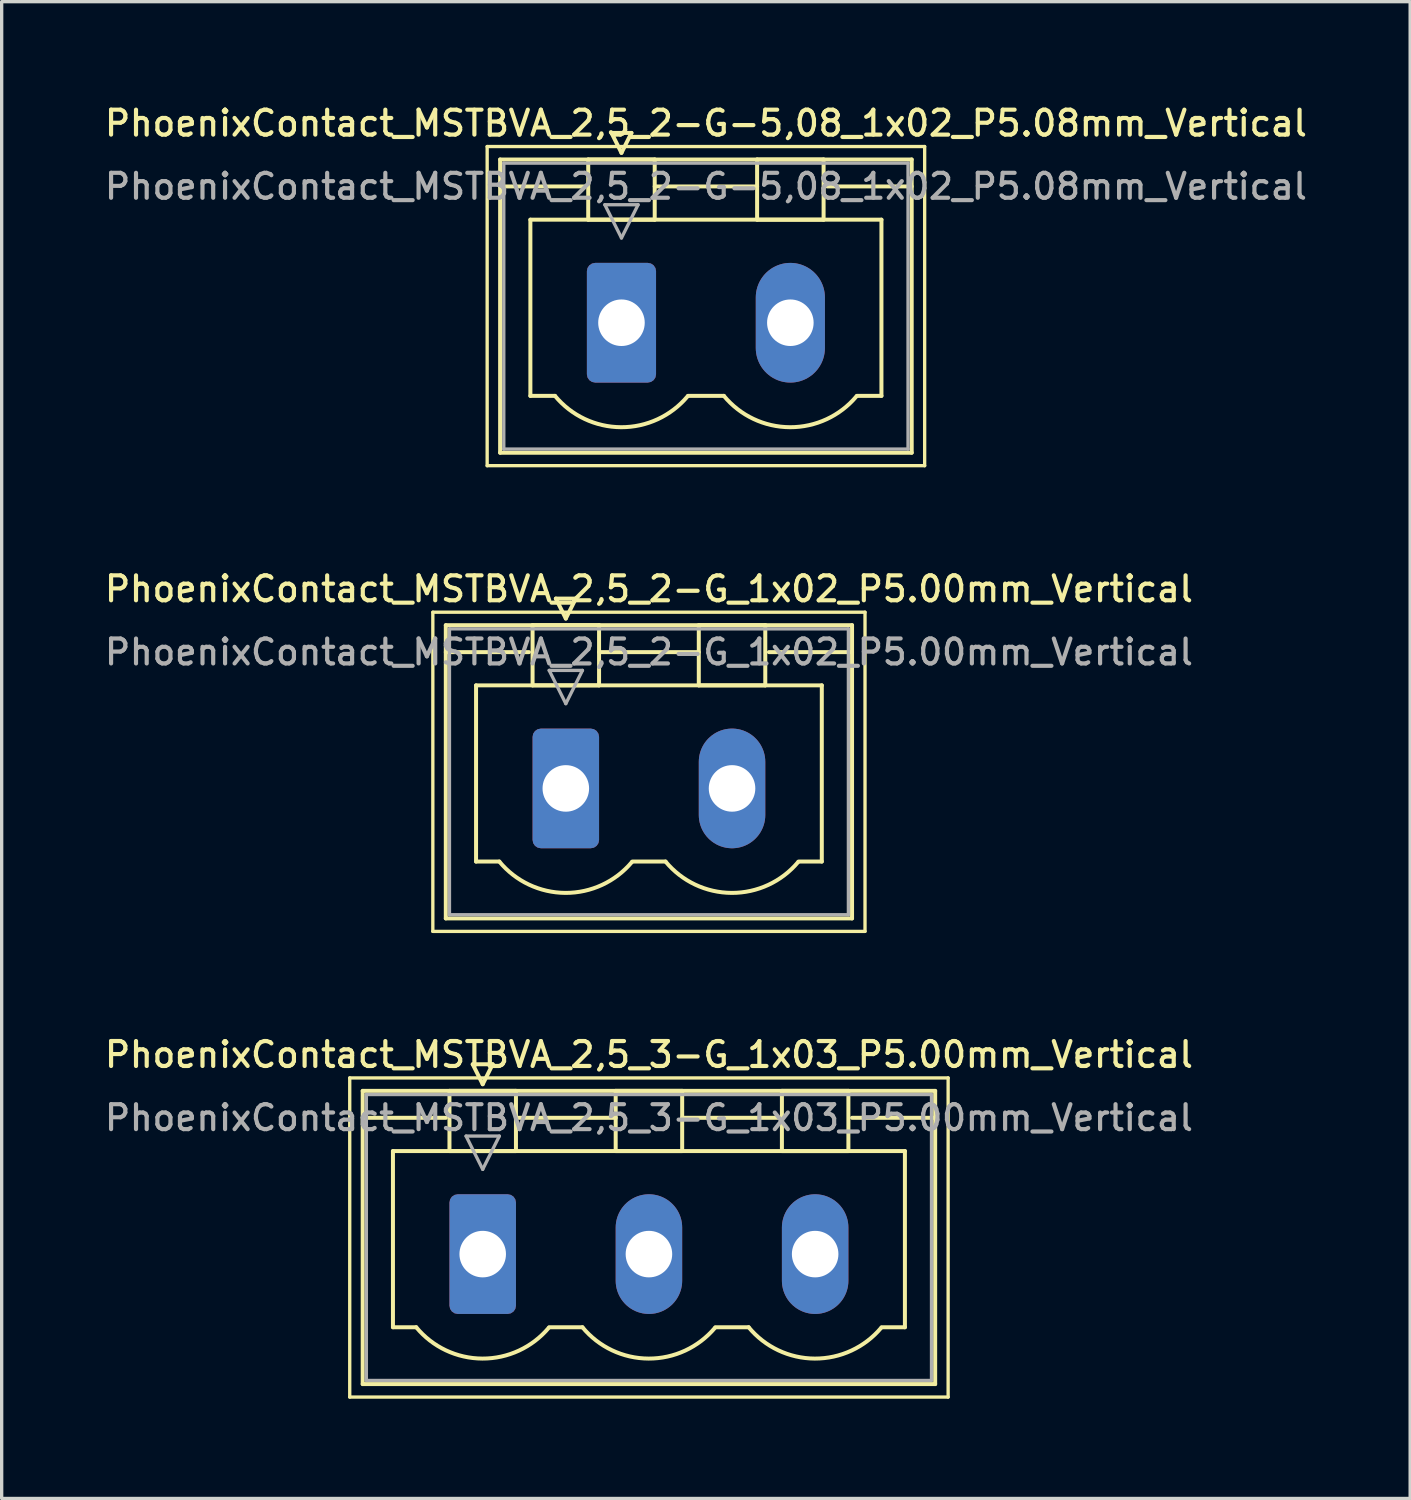
<source format=kicad_pcb>
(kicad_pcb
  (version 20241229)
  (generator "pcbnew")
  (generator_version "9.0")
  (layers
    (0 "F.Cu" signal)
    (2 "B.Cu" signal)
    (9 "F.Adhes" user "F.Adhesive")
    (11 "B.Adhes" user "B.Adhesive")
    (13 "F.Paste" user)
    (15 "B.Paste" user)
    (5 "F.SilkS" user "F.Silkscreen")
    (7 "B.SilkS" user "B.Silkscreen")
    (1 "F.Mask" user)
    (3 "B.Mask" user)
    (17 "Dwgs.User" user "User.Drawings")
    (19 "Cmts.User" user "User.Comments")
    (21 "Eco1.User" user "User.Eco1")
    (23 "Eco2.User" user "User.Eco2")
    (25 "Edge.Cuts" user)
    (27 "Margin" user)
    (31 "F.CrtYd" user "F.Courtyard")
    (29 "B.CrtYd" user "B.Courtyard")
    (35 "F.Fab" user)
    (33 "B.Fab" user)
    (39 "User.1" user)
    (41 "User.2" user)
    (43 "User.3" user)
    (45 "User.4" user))
  (footprint "PhoenixContact_MSTBVA_2,5_3-G_1x03_P5.00mm_Vertical"
    (layer "F.Cu")
    (at 11.47 34.674)
    (property "Reference" "PhoenixContact_MSTBVA_2,5_3-G_1x03_P5.00mm_Vertical" (at 5 -6 0) (layer "F.SilkS") (effects (font (size 0.75 0.75) (thickness 0.125))))
    (attr through_hole)
    (fp_line (start -4 -5.3) (end -4 4.3) (stroke (width 0.1) (type solid)) (layer "F.SilkS"))
    (fp_line (start -4 4.3) (end 14 4.3) (stroke (width 0.1) (type solid)) (layer "F.SilkS"))
    (fp_line (start -3.61 -4.91) (end -3.61 3.91) (stroke (width 0.12) (type solid)) (layer "F.SilkS"))
    (fp_line (start -3.61 -4.1) (end -1.11 -4.1) (stroke (width 0.12) (type solid)) (layer "F.SilkS"))
    (fp_line (start -3.61 3.91) (end 13.61 3.91) (stroke (width 0.12) (type solid)) (layer "F.SilkS"))
    (fp_line (start -2.7 -3.1) (end 12.7 -3.1) (stroke (width 0.12) (type solid)) (layer "F.SilkS"))
    (fp_line (start -2.7 2.2) (end -2.7 -3.1) (stroke (width 0.12) (type solid)) (layer "F.SilkS"))
    (fp_line (start -2 2.2) (end -2.7 2.2) (stroke (width 0.12) (type solid)) (layer "F.SilkS"))
    (fp_line (start -1 -4.91) (end 1 -4.91) (stroke (width 0.12) (type solid)) (layer "F.SilkS"))
    (fp_line (start -1 -3.1) (end -1 -4.91) (stroke (width 0.12) (type solid)) (layer "F.SilkS"))
    (fp_line (start -0.3 -5.71) (end 0.3 -5.71) (stroke (width 0.12) (type solid)) (layer "F.SilkS"))
    (fp_line (start 0 -5.11) (end -0.3 -5.71) (stroke (width 0.12) (type solid)) (layer "F.SilkS"))
    (fp_line (start 0.3 -5.71) (end 0 -5.11) (stroke (width 0.12) (type solid)) (layer "F.SilkS"))
    (fp_line (start 1 -4.91) (end 1 -3.1) (stroke (width 0.12) (type solid)) (layer "F.SilkS"))
    (fp_line (start 1 -4.1) (end 4 -4.1) (stroke (width 0.12) (type solid)) (layer "F.SilkS"))
    (fp_line (start 1 -3.1) (end -1 -3.1) (stroke (width 0.12) (type solid)) (layer "F.SilkS"))
    (fp_line (start 2 2.2) (end 3 2.2) (stroke (width 0.12) (type solid)) (layer "F.SilkS"))
    (fp_line (start 4 -4.91) (end 6 -4.91) (stroke (width 0.12) (type solid)) (layer "F.SilkS"))
    (fp_line (start 4 -3.1) (end 4 -4.91) (stroke (width 0.12) (type solid)) (layer "F.SilkS"))
    (fp_line (start 6 -4.91) (end 6 -3.1) (stroke (width 0.12) (type solid)) (layer "F.SilkS"))
    (fp_line (start 6 -4.1) (end 9 -4.1) (stroke (width 0.12) (type solid)) (layer "F.SilkS"))
    (fp_line (start 6 -3.1) (end 4 -3.1) (stroke (width 0.12) (type solid)) (layer "F.SilkS"))
    (fp_line (start 7 2.2) (end 8 2.2) (stroke (width 0.12) (type solid)) (layer "F.SilkS"))
    (fp_line (start 9 -4.91) (end 11 -4.91) (stroke (width 0.12) (type solid)) (layer "F.SilkS"))
    (fp_line (start 9 -3.1) (end 9 -4.91) (stroke (width 0.12) (type solid)) (layer "F.SilkS"))
    (fp_line (start 11 -4.91) (end 11 -3.1) (stroke (width 0.12) (type solid)) (layer "F.SilkS"))
    (fp_line (start 11 -3.1) (end 9 -3.1) (stroke (width 0.12) (type solid)) (layer "F.SilkS"))
    (fp_line (start 12.7 -3.1) (end 12.7 2.2) (stroke (width 0.12) (type solid)) (layer "F.SilkS"))
    (fp_line (start 12.7 2.2) (end 12 2.2) (stroke (width 0.12) (type solid)) (layer "F.SilkS"))
    (fp_line (start 13.61 -4.91) (end -3.61 -4.91) (stroke (width 0.12) (type solid)) (layer "F.SilkS"))
    (fp_line (start 13.61 -4.1) (end 11.11 -4.1) (stroke (width 0.12) (type solid)) (layer "F.SilkS"))
    (fp_line (start 13.61 3.91) (end 13.61 -4.91) (stroke (width 0.12) (type solid)) (layer "F.SilkS"))
    (fp_line (start 14 -5.3) (end -4 -5.3) (stroke (width 0.1) (type solid)) (layer "F.SilkS"))
    (fp_line (start 14 4.3) (end 14 -5.3) (stroke (width 0.1) (type solid)) (layer "F.SilkS"))
    (fp_arc (start 1.986842 2.215821) (mid -0.010289 3.142758) (end -2 2.2) (stroke (width 0.12) (type solid)) (layer "F.SilkS"))
    (fp_arc (start 6.986842 2.215821) (mid 4.989711 3.142758) (end 3 2.2) (stroke (width 0.12) (type solid)) (layer "F.SilkS"))
    (fp_arc (start 11.986842 2.215821) (mid 9.989711 3.142758) (end 8 2.2) (stroke (width 0.12) (type solid)) (layer "F.SilkS"))
    (fp_line (start -3.5 -4.8) (end -3.5 3.8) (stroke (width 0.1) (type solid)) (layer "F.Fab"))
    (fp_line (start -3.5 3.8) (end 13.5 3.8) (stroke (width 0.1) (type solid)) (layer "F.Fab"))
    (fp_line (start -0.5 -3.55) (end 0.5 -3.55) (stroke (width 0.1) (type solid)) (layer "F.Fab"))
    (fp_line (start 0 -2.55) (end -0.5 -3.55) (stroke (width 0.1) (type solid)) (layer "F.Fab"))
    (fp_line (start 0.5 -3.55) (end 0 -2.55) (stroke (width 0.1) (type solid)) (layer "F.Fab"))
    (fp_line (start 13.5 -4.8) (end -3.5 -4.8) (stroke (width 0.1) (type solid)) (layer "F.Fab"))
    (fp_line (start 13.5 3.8) (end 13.5 -4.8) (stroke (width 0.1) (type solid)) (layer "F.Fab"))
    (fp_text user "${REFERENCE}" (at 5 -4.1 0) (layer "F.Fab") (effects (font (size 0.75 0.75) (thickness 0.125))))
    (pad "1" thru_hole roundrect (at 0 0) (size 2 3.6) (drill 1.4) (layers "*.Cu" "*.Mask") (roundrect_rratio 0.125))
    (pad "2" thru_hole oval (at 5 0) (size 2 3.6) (drill 1.4) (layers "*.Cu" "*.Mask"))
    (pad "3" thru_hole oval (at 10 0) (size 2 3.6) (drill 1.4) (layers "*.Cu" "*.Mask")))
  (footprint "PhoenixContact_MSTBVA_2,5_2-G_1x02_P5.00mm_Vertical"
    (layer "F.Cu")
    (at 13.97 20.666)
    (property "Reference" "PhoenixContact_MSTBVA_2,5_2-G_1x02_P5.00mm_Vertical" (at 2.5 -6 0) (layer "F.SilkS") (effects (font (size 0.75 0.75) (thickness 0.125))))
    (attr through_hole)
    (fp_line (start -4 -5.3) (end -4 4.3) (stroke (width 0.1) (type solid)) (layer "F.SilkS"))
    (fp_line (start -4 4.3) (end 9 4.3) (stroke (width 0.1) (type solid)) (layer "F.SilkS"))
    (fp_line (start -3.61 -4.91) (end -3.61 3.91) (stroke (width 0.12) (type solid)) (layer "F.SilkS"))
    (fp_line (start -3.61 -4.1) (end -1.11 -4.1) (stroke (width 0.12) (type solid)) (layer "F.SilkS"))
    (fp_line (start -3.61 3.91) (end 8.61 3.91) (stroke (width 0.12) (type solid)) (layer "F.SilkS"))
    (fp_line (start -2.7 -3.1) (end 7.7 -3.1) (stroke (width 0.12) (type solid)) (layer "F.SilkS"))
    (fp_line (start -2.7 2.2) (end -2.7 -3.1) (stroke (width 0.12) (type solid)) (layer "F.SilkS"))
    (fp_line (start -2 2.2) (end -2.7 2.2) (stroke (width 0.12) (type solid)) (layer "F.SilkS"))
    (fp_line (start -1 -4.91) (end 1 -4.91) (stroke (width 0.12) (type solid)) (layer "F.SilkS"))
    (fp_line (start -1 -3.1) (end -1 -4.91) (stroke (width 0.12) (type solid)) (layer "F.SilkS"))
    (fp_line (start -0.3 -5.71) (end 0.3 -5.71) (stroke (width 0.12) (type solid)) (layer "F.SilkS"))
    (fp_line (start 0 -5.11) (end -0.3 -5.71) (stroke (width 0.12) (type solid)) (layer "F.SilkS"))
    (fp_line (start 0.3 -5.71) (end 0 -5.11) (stroke (width 0.12) (type solid)) (layer "F.SilkS"))
    (fp_line (start 1 -4.91) (end 1 -3.1) (stroke (width 0.12) (type solid)) (layer "F.SilkS"))
    (fp_line (start 1 -4.1) (end 4 -4.1) (stroke (width 0.12) (type solid)) (layer "F.SilkS"))
    (fp_line (start 1 -3.1) (end -1 -3.1) (stroke (width 0.12) (type solid)) (layer "F.SilkS"))
    (fp_line (start 2 2.2) (end 3 2.2) (stroke (width 0.12) (type solid)) (layer "F.SilkS"))
    (fp_line (start 4 -4.91) (end 6 -4.91) (stroke (width 0.12) (type solid)) (layer "F.SilkS"))
    (fp_line (start 4 -3.1) (end 4 -4.91) (stroke (width 0.12) (type solid)) (layer "F.SilkS"))
    (fp_line (start 6 -4.91) (end 6 -3.1) (stroke (width 0.12) (type solid)) (layer "F.SilkS"))
    (fp_line (start 6 -3.1) (end 4 -3.1) (stroke (width 0.12) (type solid)) (layer "F.SilkS"))
    (fp_line (start 7.7 -3.1) (end 7.7 2.2) (stroke (width 0.12) (type solid)) (layer "F.SilkS"))
    (fp_line (start 7.7 2.2) (end 7 2.2) (stroke (width 0.12) (type solid)) (layer "F.SilkS"))
    (fp_line (start 8.61 -4.91) (end -3.61 -4.91) (stroke (width 0.12) (type solid)) (layer "F.SilkS"))
    (fp_line (start 8.61 -4.1) (end 6.11 -4.1) (stroke (width 0.12) (type solid)) (layer "F.SilkS"))
    (fp_line (start 8.61 3.91) (end 8.61 -4.91) (stroke (width 0.12) (type solid)) (layer "F.SilkS"))
    (fp_line (start 9 -5.3) (end -4 -5.3) (stroke (width 0.1) (type solid)) (layer "F.SilkS"))
    (fp_line (start 9 4.3) (end 9 -5.3) (stroke (width 0.1) (type solid)) (layer "F.SilkS"))
    (fp_arc (start 1.986842 2.215821) (mid -0.010289 3.142758) (end -2 2.2) (stroke (width 0.12) (type solid)) (layer "F.SilkS"))
    (fp_arc (start 6.986842 2.215821) (mid 4.989711 3.142758) (end 3 2.2) (stroke (width 0.12) (type solid)) (layer "F.SilkS"))
    (fp_line (start -3.5 -4.8) (end -3.5 3.8) (stroke (width 0.1) (type solid)) (layer "F.Fab"))
    (fp_line (start -3.5 3.8) (end 8.5 3.8) (stroke (width 0.1) (type solid)) (layer "F.Fab"))
    (fp_line (start -0.5 -3.55) (end 0.5 -3.55) (stroke (width 0.1) (type solid)) (layer "F.Fab"))
    (fp_line (start 0 -2.55) (end -0.5 -3.55) (stroke (width 0.1) (type solid)) (layer "F.Fab"))
    (fp_line (start 0.5 -3.55) (end 0 -2.55) (stroke (width 0.1) (type solid)) (layer "F.Fab"))
    (fp_line (start 8.5 -4.8) (end -3.5 -4.8) (stroke (width 0.1) (type solid)) (layer "F.Fab"))
    (fp_line (start 8.5 3.8) (end 8.5 -4.8) (stroke (width 0.1) (type solid)) (layer "F.Fab"))
    (fp_text user "${REFERENCE}" (at 2.5 -4.1 0) (layer "F.Fab") (effects (font (size 0.75 0.75) (thickness 0.125))))
    (pad "1" thru_hole roundrect (at 0 0) (size 2 3.6) (drill 1.4) (layers "*.Cu" "*.Mask") (roundrect_rratio 0.125))
    (pad "2" thru_hole oval (at 5 0) (size 2 3.6) (drill 1.4) (layers "*.Cu" "*.Mask")))
  (footprint "PhoenixContact_MSTBVA_2,5_2-G-5,08_1x02_P5.08mm_Vertical"
    (layer "F.Cu")
    (at 15.644 6.658)
    (property "Reference" "PhoenixContact_MSTBVA_2,5_2-G-5,08_1x02_P5.08mm_Vertical" (at 2.54 -6 0) (layer "F.SilkS") (effects (font (size 0.75 0.75) (thickness 0.125))))
    (attr through_hole)
    (fp_line (start -4.04 -5.3) (end -4.04 4.3) (stroke (width 0.1) (type solid)) (layer "F.SilkS"))
    (fp_line (start -4.04 4.3) (end 9.12 4.3) (stroke (width 0.1) (type solid)) (layer "F.SilkS"))
    (fp_line (start -3.65 -4.91) (end -3.65 3.91) (stroke (width 0.12) (type solid)) (layer "F.SilkS"))
    (fp_line (start -3.65 -4.1) (end -1.11 -4.1) (stroke (width 0.12) (type solid)) (layer "F.SilkS"))
    (fp_line (start -3.65 3.91) (end 8.73 3.91) (stroke (width 0.12) (type solid)) (layer "F.SilkS"))
    (fp_line (start -2.74 -3.1) (end 7.82 -3.1) (stroke (width 0.12) (type solid)) (layer "F.SilkS"))
    (fp_line (start -2.74 2.2) (end -2.74 -3.1) (stroke (width 0.12) (type solid)) (layer "F.SilkS"))
    (fp_line (start -2 2.2) (end -2.74 2.2) (stroke (width 0.12) (type solid)) (layer "F.SilkS"))
    (fp_line (start -1 -4.91) (end 1 -4.91) (stroke (width 0.12) (type solid)) (layer "F.SilkS"))
    (fp_line (start -1 -3.1) (end -1 -4.91) (stroke (width 0.12) (type solid)) (layer "F.SilkS"))
    (fp_line (start -0.3 -5.71) (end 0.3 -5.71) (stroke (width 0.12) (type solid)) (layer "F.SilkS"))
    (fp_line (start 0 -5.11) (end -0.3 -5.71) (stroke (width 0.12) (type solid)) (layer "F.SilkS"))
    (fp_line (start 0.3 -5.71) (end 0 -5.11) (stroke (width 0.12) (type solid)) (layer "F.SilkS"))
    (fp_line (start 1 -4.91) (end 1 -3.1) (stroke (width 0.12) (type solid)) (layer "F.SilkS"))
    (fp_line (start 1 -4.1) (end 4.08 -4.1) (stroke (width 0.12) (type solid)) (layer "F.SilkS"))
    (fp_line (start 1 -3.1) (end -1 -3.1) (stroke (width 0.12) (type solid)) (layer "F.SilkS"))
    (fp_line (start 2 2.2) (end 3.08 2.2) (stroke (width 0.12) (type solid)) (layer "F.SilkS"))
    (fp_line (start 4.08 -4.91) (end 6.08 -4.91) (stroke (width 0.12) (type solid)) (layer "F.SilkS"))
    (fp_line (start 4.08 -3.1) (end 4.08 -4.91) (stroke (width 0.12) (type solid)) (layer "F.SilkS"))
    (fp_line (start 6.08 -4.91) (end 6.08 -3.1) (stroke (width 0.12) (type solid)) (layer "F.SilkS"))
    (fp_line (start 6.08 -3.1) (end 4.08 -3.1) (stroke (width 0.12) (type solid)) (layer "F.SilkS"))
    (fp_line (start 7.82 -3.1) (end 7.82 2.2) (stroke (width 0.12) (type solid)) (layer "F.SilkS"))
    (fp_line (start 7.82 2.2) (end 7.08 2.2) (stroke (width 0.12) (type solid)) (layer "F.SilkS"))
    (fp_line (start 8.73 -4.91) (end -3.65 -4.91) (stroke (width 0.12) (type solid)) (layer "F.SilkS"))
    (fp_line (start 8.73 -4.1) (end 6.19 -4.1) (stroke (width 0.12) (type solid)) (layer "F.SilkS"))
    (fp_line (start 8.73 3.91) (end 8.73 -4.91) (stroke (width 0.12) (type solid)) (layer "F.SilkS"))
    (fp_line (start 9.12 -5.3) (end -4.04 -5.3) (stroke (width 0.1) (type solid)) (layer "F.SilkS"))
    (fp_line (start 9.12 4.3) (end 9.12 -5.3) (stroke (width 0.1) (type solid)) (layer "F.SilkS"))
    (fp_arc (start 1.986842 2.215821) (mid -0.010289 3.142758) (end -2 2.2) (stroke (width 0.12) (type solid)) (layer "F.SilkS"))
    (fp_arc (start 7.066842 2.215821) (mid 5.069711 3.142758) (end 3.08 2.2) (stroke (width 0.12) (type solid)) (layer "F.SilkS"))
    (fp_line (start -3.54 -4.8) (end -3.54 3.8) (stroke (width 0.1) (type solid)) (layer "F.Fab"))
    (fp_line (start -3.54 3.8) (end 8.62 3.8) (stroke (width 0.1) (type solid)) (layer "F.Fab"))
    (fp_line (start -0.5 -3.55) (end 0.5 -3.55) (stroke (width 0.1) (type solid)) (layer "F.Fab"))
    (fp_line (start 0 -2.55) (end -0.5 -3.55) (stroke (width 0.1) (type solid)) (layer "F.Fab"))
    (fp_line (start 0.5 -3.55) (end 0 -2.55) (stroke (width 0.1) (type solid)) (layer "F.Fab"))
    (fp_line (start 8.62 -4.8) (end -3.54 -4.8) (stroke (width 0.1) (type solid)) (layer "F.Fab"))
    (fp_line (start 8.62 3.8) (end 8.62 -4.8) (stroke (width 0.1) (type solid)) (layer "F.Fab"))
    (fp_text user "${REFERENCE}" (at 2.54 -4.1 0) (layer "F.Fab") (effects (font (size 0.75 0.75) (thickness 0.125))))
    (pad "1" thru_hole roundrect (at 0 0) (size 2.08 3.6) (drill 1.4) (layers "*.Cu" "*.Mask") (roundrect_rratio 0.12))
    (pad "2" thru_hole oval (at 5.08 0) (size 2.08 3.6) (drill 1.4) (layers "*.Cu" "*.Mask")))
  (gr_rect
    (start -3 -3)
    (end 39.368 42.024)
    (stroke (width 0.1) (type default))
    (fill no)
    (layer "Edge.Cuts")))
</source>
